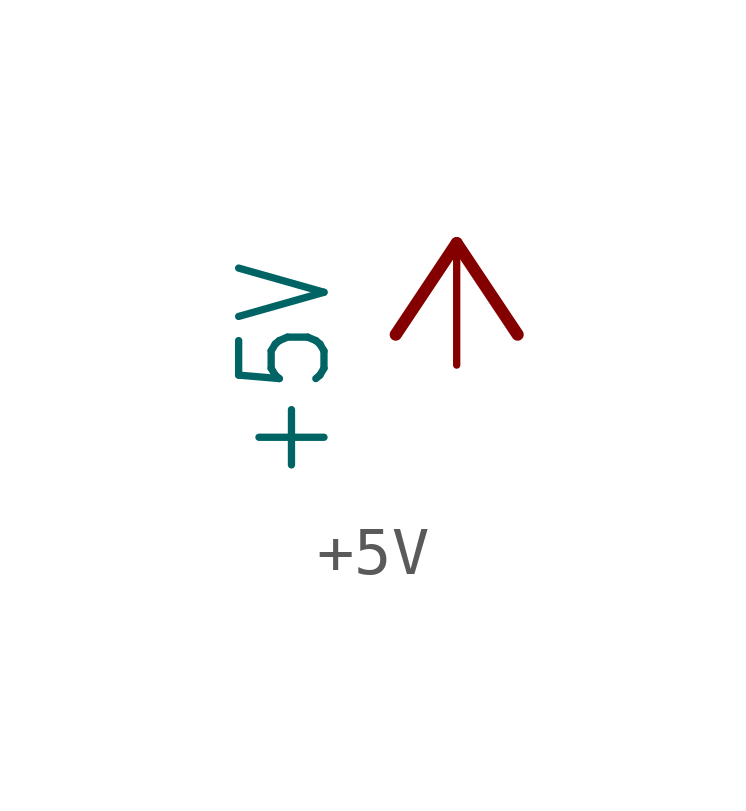
<source format=kicad_sym>
(kicad_symbol_lib
  (version 20231120)
  (generator "kicad_symbol_editor")
  (generator_version "8.0")
  (symbol "+5V"
    (power)
    (property "Reference" "#P+"
      (at 0 0 0)
      (effects (font (size 1.27 1.27)) (hide yes)))
    (property "Value" "+5V"
      (at -2.54 -5.08 90)
      (effects (font (size 1.778 1.511)) (justify left bottom)))
    (property "ki_locked" ""
      (at 0 0 0)
      (effects (font (size 1.27 1.27))))
    (symbol "+5V_1_0"
      (polyline (pts (xy 0 0) (xy -1.27 -1.905)) (stroke (width 0.254) (type solid)) (fill (type none)))
      (polyline (pts (xy 1.27 -1.905) (xy 0 0)) (stroke (width 0.254) (type solid)) (fill (type none)))
      (pin power_in line (at 0 -2.54 90) (length 2.54) (name "+5V" (effects (font (size 0 0)))) (number "1" (effects (font (size 0 0))))))))
</source>
